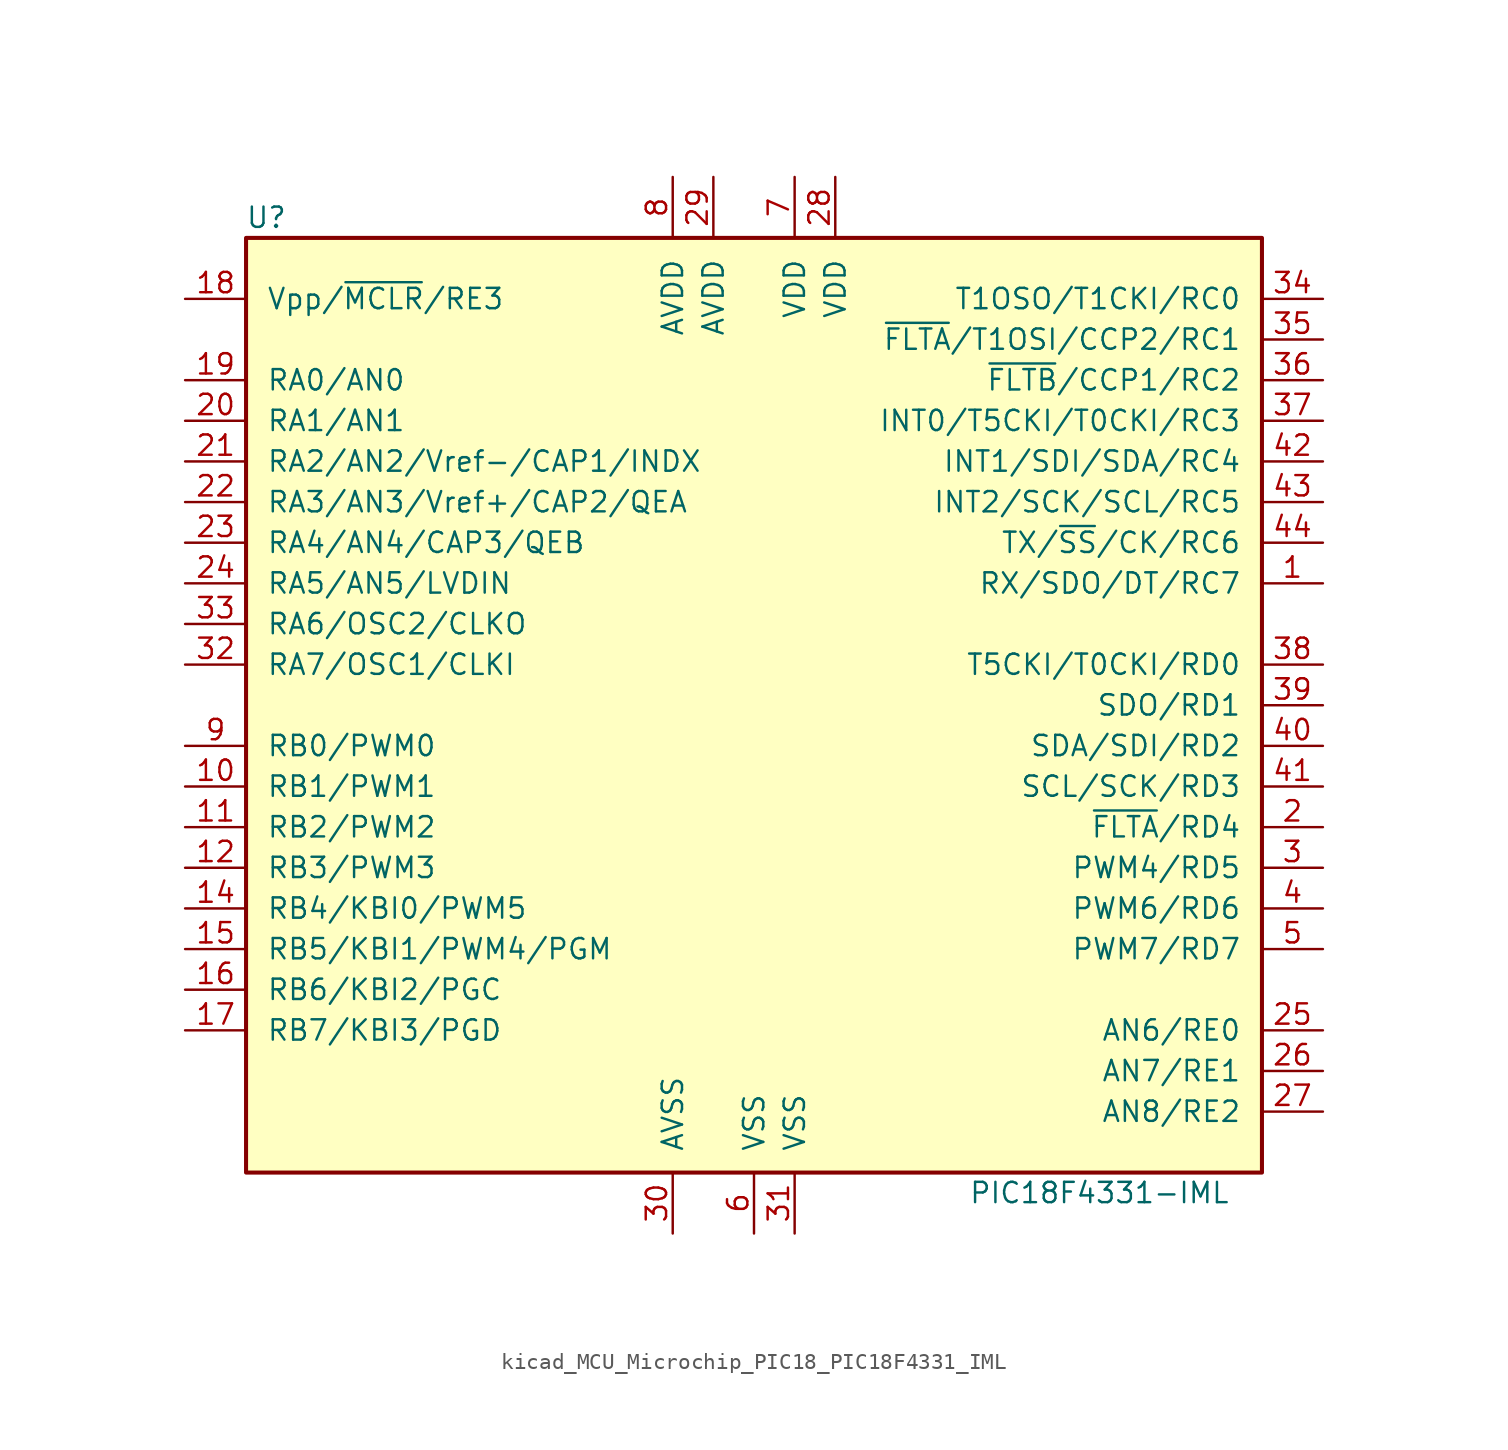
<source format=kicad_sym>
(kicad_symbol_lib
  (version 20220914)
  (generator kicad_symbol_editor)
  (symbol "kicad_MCU_Microchip_PIC18_PIC18F4331_IML"
    (pin_names
      (offset 1.27))
    (property "Reference" "U"
      (at -30.48 30.48 0)
      (effects (font (size 1.27 1.27))))
    (property "Value" "PIC18F4331-IML"
      (at 21.59 -30.48 0)
      (effects (font (size 1.27 1.27))))
    (symbol "kicad_MCU_Microchip_PIC18_PIC18F4331_IML_0_1"
      (rectangle (start -31.75 29.21) (end 31.75 -29.21) (stroke (width 0.254) (type default)) (fill (type background))))
    (symbol "kicad_MCU_Microchip_PIC18_PIC18F4331_IML_1_1"
      (pin bidirectional line (at 35.56 7.62 180) (length 3.81) (name "RX/SDO/DT/RC7" (effects (font (size 1.27 1.27)))) (number "1" (effects (font (size 1.27 1.27)))))
      (pin bidirectional line (at -35.56 -5.08 0) (length 3.81) (name "RB1/PWM1" (effects (font (size 1.27 1.27)))) (number "10" (effects (font (size 1.27 1.27)))))
      (pin bidirectional line (at -35.56 -7.62 0) (length 3.81) (name "RB2/PWM2" (effects (font (size 1.27 1.27)))) (number "11" (effects (font (size 1.27 1.27)))))
      (pin bidirectional line (at -35.56 -10.16 0) (length 3.81) (name "RB3/PWM3" (effects (font (size 1.27 1.27)))) (number "12" (effects (font (size 1.27 1.27)))))
      (pin no_connect line (at -10.16 -29.21 90) (length 3.81) hide (name "NC" (effects (font (size 1.27 1.27)))) (number "13" (effects (font (size 1.27 1.27)))))
      (pin bidirectional line (at -35.56 -12.7 0) (length 3.81) (name "RB4/KBI0/PWM5" (effects (font (size 1.27 1.27)))) (number "14" (effects (font (size 1.27 1.27)))))
      (pin bidirectional line (at -35.56 -15.24 0) (length 3.81) (name "RB5/KBI1/PWM4/PGM" (effects (font (size 1.27 1.27)))) (number "15" (effects (font (size 1.27 1.27)))))
      (pin bidirectional line (at -35.56 -17.78 0) (length 3.81) (name "RB6/KBI2/PGC" (effects (font (size 1.27 1.27)))) (number "16" (effects (font (size 1.27 1.27)))))
      (pin bidirectional line (at -35.56 -20.32 0) (length 3.81) (name "RB7/KBI3/PGD" (effects (font (size 1.27 1.27)))) (number "17" (effects (font (size 1.27 1.27)))))
      (pin input line (at -35.56 25.4 0) (length 3.81) (name "Vpp/~{MCLR}/RE3" (effects (font (size 1.27 1.27)))) (number "18" (effects (font (size 1.27 1.27)))))
      (pin bidirectional line (at -35.56 20.32 0) (length 3.81) (name "RA0/AN0" (effects (font (size 1.27 1.27)))) (number "19" (effects (font (size 1.27 1.27)))))
      (pin bidirectional line (at 35.56 -7.62 180) (length 3.81) (name "~{FLTA}/RD4" (effects (font (size 1.27 1.27)))) (number "2" (effects (font (size 1.27 1.27)))))
      (pin bidirectional line (at -35.56 17.78 0) (length 3.81) (name "RA1/AN1" (effects (font (size 1.27 1.27)))) (number "20" (effects (font (size 1.27 1.27)))))
      (pin bidirectional line (at -35.56 15.24 0) (length 3.81) (name "RA2/AN2/Vref-/CAP1/INDX" (effects (font (size 1.27 1.27)))) (number "21" (effects (font (size 1.27 1.27)))))
      (pin bidirectional line (at -35.56 12.7 0) (length 3.81) (name "RA3/AN3/Vref+/CAP2/QEA" (effects (font (size 1.27 1.27)))) (number "22" (effects (font (size 1.27 1.27)))))
      (pin bidirectional line (at -35.56 10.16 0) (length 3.81) (name "RA4/AN4/CAP3/QEB" (effects (font (size 1.27 1.27)))) (number "23" (effects (font (size 1.27 1.27)))))
      (pin bidirectional line (at -35.56 7.62 0) (length 3.81) (name "RA5/AN5/LVDIN" (effects (font (size 1.27 1.27)))) (number "24" (effects (font (size 1.27 1.27)))))
      (pin bidirectional line (at 35.56 -20.32 180) (length 3.81) (name "AN6/RE0" (effects (font (size 1.27 1.27)))) (number "25" (effects (font (size 1.27 1.27)))))
      (pin bidirectional line (at 35.56 -22.86 180) (length 3.81) (name "AN7/RE1" (effects (font (size 1.27 1.27)))) (number "26" (effects (font (size 1.27 1.27)))))
      (pin bidirectional line (at 35.56 -25.4 180) (length 3.81) (name "AN8/RE2" (effects (font (size 1.27 1.27)))) (number "27" (effects (font (size 1.27 1.27)))))
      (pin power_in line (at 5.08 33.02 270) (length 3.81) (name "VDD" (effects (font (size 1.27 1.27)))) (number "28" (effects (font (size 1.27 1.27)))))
      (pin power_in line (at -2.54 33.02 270) (length 3.81) (name "AVDD" (effects (font (size 1.27 1.27)))) (number "29" (effects (font (size 1.27 1.27)))))
      (pin bidirectional line (at 35.56 -10.16 180) (length 3.81) (name "PWM4/RD5" (effects (font (size 1.27 1.27)))) (number "3" (effects (font (size 1.27 1.27)))))
      (pin power_in line (at -5.08 -33.02 90) (length 3.81) (name "AVSS" (effects (font (size 1.27 1.27)))) (number "30" (effects (font (size 1.27 1.27)))))
      (pin power_in line (at 2.54 -33.02 90) (length 3.81) (name "VSS" (effects (font (size 1.27 1.27)))) (number "31" (effects (font (size 1.27 1.27)))))
      (pin bidirectional line (at -35.56 2.54 0) (length 3.81) (name "RA7/OSC1/CLKI" (effects (font (size 1.27 1.27)))) (number "32" (effects (font (size 1.27 1.27)))))
      (pin bidirectional line (at -35.56 5.08 0) (length 3.81) (name "RA6/OSC2/CLKO" (effects (font (size 1.27 1.27)))) (number "33" (effects (font (size 1.27 1.27)))))
      (pin bidirectional line (at 35.56 25.4 180) (length 3.81) (name "T1OSO/T1CKI/RC0" (effects (font (size 1.27 1.27)))) (number "34" (effects (font (size 1.27 1.27)))))
      (pin bidirectional line (at 35.56 22.86 180) (length 3.81) (name "~{FLTA}/T1OSI/CCP2/RC1" (effects (font (size 1.27 1.27)))) (number "35" (effects (font (size 1.27 1.27)))))
      (pin bidirectional line (at 35.56 20.32 180) (length 3.81) (name "~{FLTB}/CCP1/RC2" (effects (font (size 1.27 1.27)))) (number "36" (effects (font (size 1.27 1.27)))))
      (pin bidirectional line (at 35.56 17.78 180) (length 3.81) (name "INT0/T5CKI/T0CKI/RC3" (effects (font (size 1.27 1.27)))) (number "37" (effects (font (size 1.27 1.27)))))
      (pin bidirectional line (at 35.56 2.54 180) (length 3.81) (name "T5CKI/T0CKI/RD0" (effects (font (size 1.27 1.27)))) (number "38" (effects (font (size 1.27 1.27)))))
      (pin bidirectional line (at 35.56 0 180) (length 3.81) (name "SDO/RD1" (effects (font (size 1.27 1.27)))) (number "39" (effects (font (size 1.27 1.27)))))
      (pin bidirectional line (at 35.56 -12.7 180) (length 3.81) (name "PWM6/RD6" (effects (font (size 1.27 1.27)))) (number "4" (effects (font (size 1.27 1.27)))))
      (pin bidirectional line (at 35.56 -2.54 180) (length 3.81) (name "SDA/SDI/RD2" (effects (font (size 1.27 1.27)))) (number "40" (effects (font (size 1.27 1.27)))))
      (pin bidirectional line (at 35.56 -5.08 180) (length 3.81) (name "SCL/SCK/RD3" (effects (font (size 1.27 1.27)))) (number "41" (effects (font (size 1.27 1.27)))))
      (pin bidirectional line (at 35.56 15.24 180) (length 3.81) (name "INT1/SDI/SDA/RC4" (effects (font (size 1.27 1.27)))) (number "42" (effects (font (size 1.27 1.27)))))
      (pin bidirectional line (at 35.56 12.7 180) (length 3.81) (name "INT2/SCK/SCL/RC5" (effects (font (size 1.27 1.27)))) (number "43" (effects (font (size 1.27 1.27)))))
      (pin bidirectional line (at 35.56 10.16 180) (length 3.81) (name "TX/~{SS}/CK/RC6" (effects (font (size 1.27 1.27)))) (number "44" (effects (font (size 1.27 1.27)))))
      (pin bidirectional line (at 35.56 -15.24 180) (length 3.81) (name "PWM7/RD7" (effects (font (size 1.27 1.27)))) (number "5" (effects (font (size 1.27 1.27)))))
      (pin power_in line (at 0 -33.02 90) (length 3.81) (name "VSS" (effects (font (size 1.27 1.27)))) (number "6" (effects (font (size 1.27 1.27)))))
      (pin power_in line (at 2.54 33.02 270) (length 3.81) (name "VDD" (effects (font (size 1.27 1.27)))) (number "7" (effects (font (size 1.27 1.27)))))
      (pin power_in line (at -5.08 33.02 270) (length 3.81) (name "AVDD" (effects (font (size 1.27 1.27)))) (number "8" (effects (font (size 1.27 1.27)))))
      (pin bidirectional line (at -35.56 -2.54 0) (length 3.81) (name "RB0/PWM0" (effects (font (size 1.27 1.27)))) (number "9" (effects (font (size 1.27 1.27))))))))
</source>
